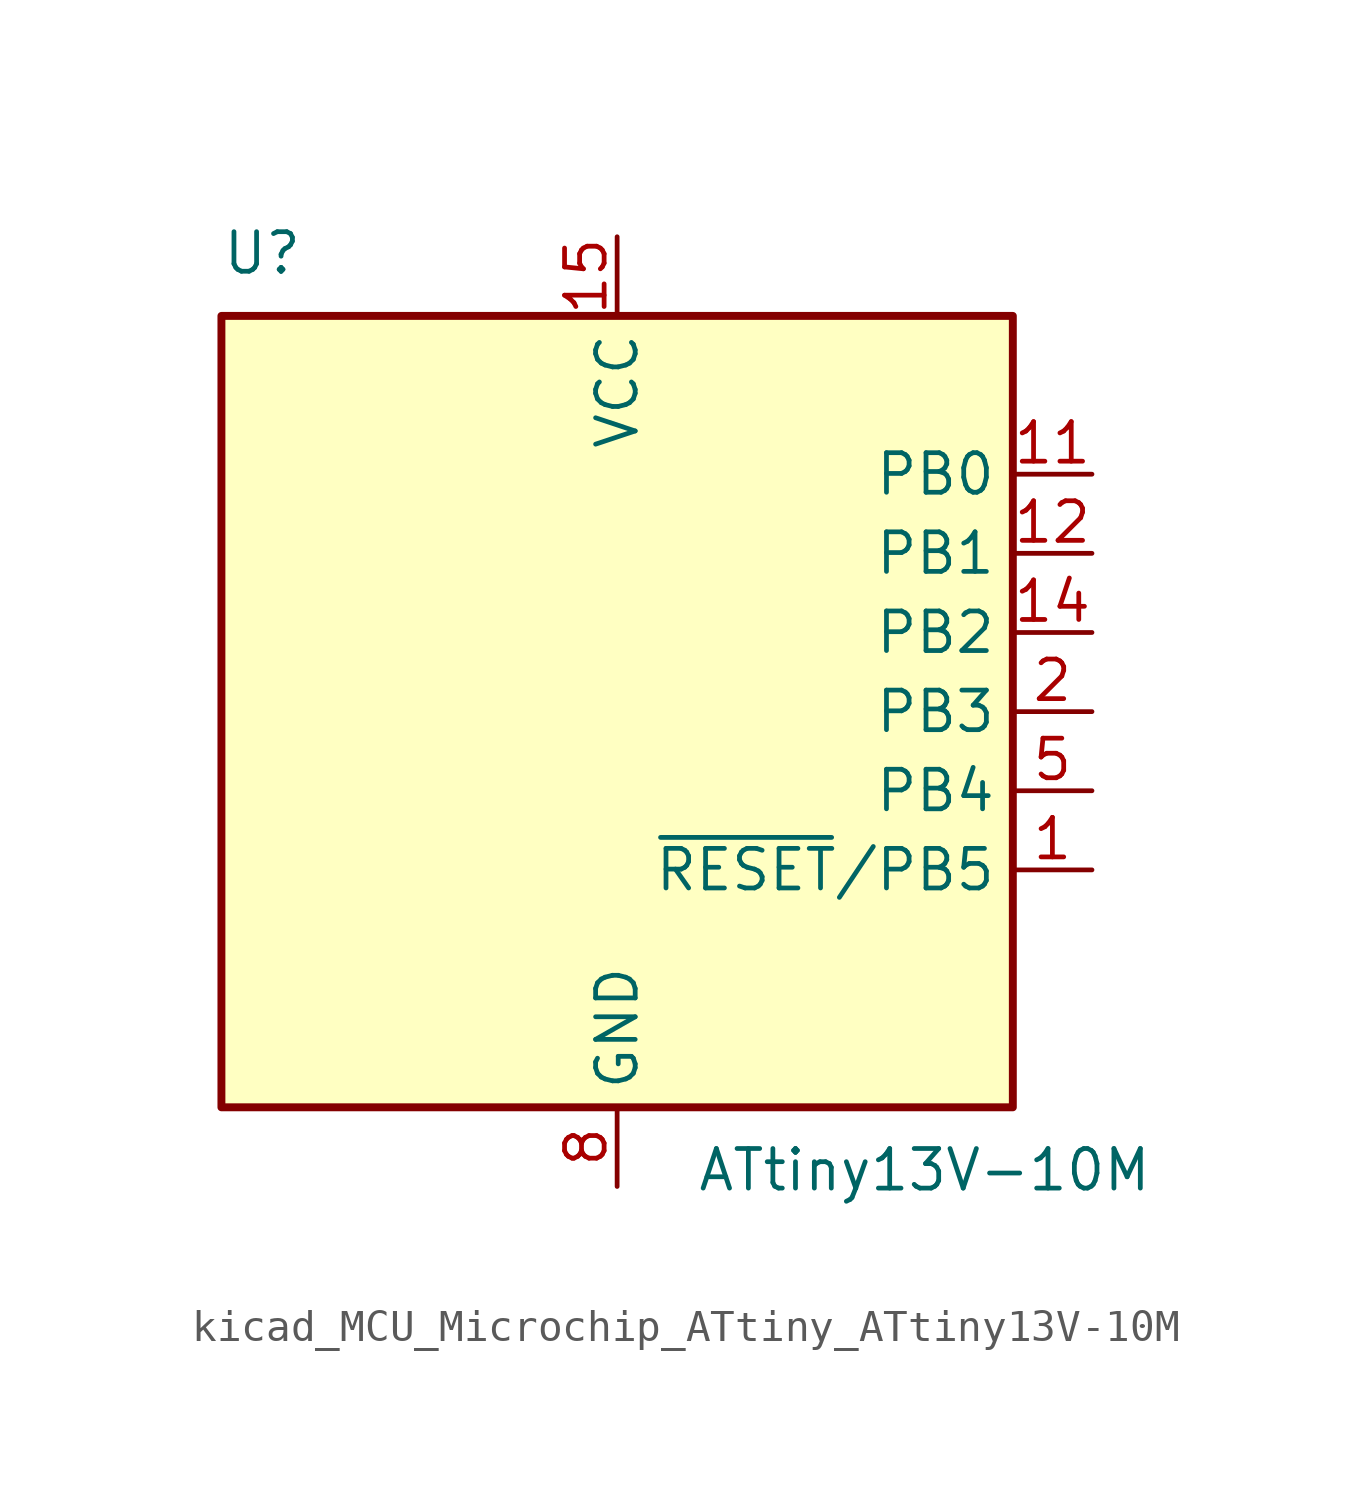
<source format=kicad_sym>
(kicad_symbol_lib
  (version 20220914)
  (generator kicad_symbol_editor)
  (symbol "kicad_MCU_Microchip_ATtiny_ATtiny13V-10M"
    (property "Reference" "U"
      (at -12.7 13.97 0)
      (effects (font (size 1.27 1.27)) (justify left bottom)))
    (property "Value" "ATtiny13V-10M"
      (at 2.54 -13.97 0)
      (effects (font (size 1.27 1.27)) (justify left top)))
    (symbol "kicad_MCU_Microchip_ATtiny_ATtiny13V-10M_0_1"
      (rectangle (start -12.7 -12.7) (end 12.7 12.7) (stroke (width 0.254) (type default)) (fill (type background))))
    (symbol "kicad_MCU_Microchip_ATtiny_ATtiny13V-10M_1_1"
      (pin bidirectional line (at 15.24 -5.08 180) (length 2.54) (name "~{RESET}/PB5" (effects (font (size 1.27 1.27)))) (number "1" (effects (font (size 1.27 1.27)))))
      (pin no_connect line (at -12.7 -2.54 0) (length 2.54) hide (name "NC" (effects (font (size 1.27 1.27)))) (number "10" (effects (font (size 1.27 1.27)))))
      (pin bidirectional line (at 15.24 7.62 180) (length 2.54) (name "PB0" (effects (font (size 1.27 1.27)))) (number "11" (effects (font (size 1.27 1.27)))))
      (pin bidirectional line (at 15.24 5.08 180) (length 2.54) (name "PB1" (effects (font (size 1.27 1.27)))) (number "12" (effects (font (size 1.27 1.27)))))
      (pin no_connect line (at -12.7 -5.08 0) (length 2.54) hide (name "NC" (effects (font (size 1.27 1.27)))) (number "13" (effects (font (size 1.27 1.27)))))
      (pin bidirectional line (at 15.24 2.54 180) (length 2.54) (name "PB2" (effects (font (size 1.27 1.27)))) (number "14" (effects (font (size 1.27 1.27)))))
      (pin power_in line (at 0 15.24 270) (length 2.54) (name "VCC" (effects (font (size 1.27 1.27)))) (number "15" (effects (font (size 1.27 1.27)))))
      (pin no_connect line (at -12.7 -7.62 0) (length 2.54) hide (name "NC" (effects (font (size 1.27 1.27)))) (number "16" (effects (font (size 1.27 1.27)))))
      (pin no_connect line (at -12.7 -10.16 0) (length 2.54) hide (name "NC" (effects (font (size 1.27 1.27)))) (number "17" (effects (font (size 1.27 1.27)))))
      (pin no_connect line (at -7.62 -12.7 90) (length 2.54) hide (name "NC" (effects (font (size 1.27 1.27)))) (number "18" (effects (font (size 1.27 1.27)))))
      (pin no_connect line (at -5.08 -12.7 90) (length 2.54) hide (name "NC" (effects (font (size 1.27 1.27)))) (number "19" (effects (font (size 1.27 1.27)))))
      (pin bidirectional line (at 15.24 0 180) (length 2.54) (name "PB3" (effects (font (size 1.27 1.27)))) (number "2" (effects (font (size 1.27 1.27)))))
      (pin no_connect line (at -2.54 -12.7 90) (length 2.54) hide (name "NC" (effects (font (size 1.27 1.27)))) (number "20" (effects (font (size 1.27 1.27)))))
      (pin passive line (at 0 -15.24 90) (length 2.54) hide (name "GND" (effects (font (size 1.27 1.27)))) (number "21" (effects (font (size 1.27 1.27)))))
      (pin no_connect line (at -12.7 10.16 0) (length 2.54) hide (name "NC" (effects (font (size 1.27 1.27)))) (number "3" (effects (font (size 1.27 1.27)))))
      (pin no_connect line (at -12.7 7.62 0) (length 2.54) hide (name "NC" (effects (font (size 1.27 1.27)))) (number "4" (effects (font (size 1.27 1.27)))))
      (pin bidirectional line (at 15.24 -2.54 180) (length 2.54) (name "PB4" (effects (font (size 1.27 1.27)))) (number "5" (effects (font (size 1.27 1.27)))))
      (pin no_connect line (at -12.7 5.08 0) (length 2.54) hide (name "NC" (effects (font (size 1.27 1.27)))) (number "6" (effects (font (size 1.27 1.27)))))
      (pin no_connect line (at -12.7 2.54 0) (length 2.54) hide (name "NC" (effects (font (size 1.27 1.27)))) (number "7" (effects (font (size 1.27 1.27)))))
      (pin power_in line (at 0 -15.24 90) (length 2.54) (name "GND" (effects (font (size 1.27 1.27)))) (number "8" (effects (font (size 1.27 1.27)))))
      (pin no_connect line (at -12.7 0 0) (length 2.54) hide (name "NC" (effects (font (size 1.27 1.27)))) (number "9" (effects (font (size 1.27 1.27))))))))
</source>
